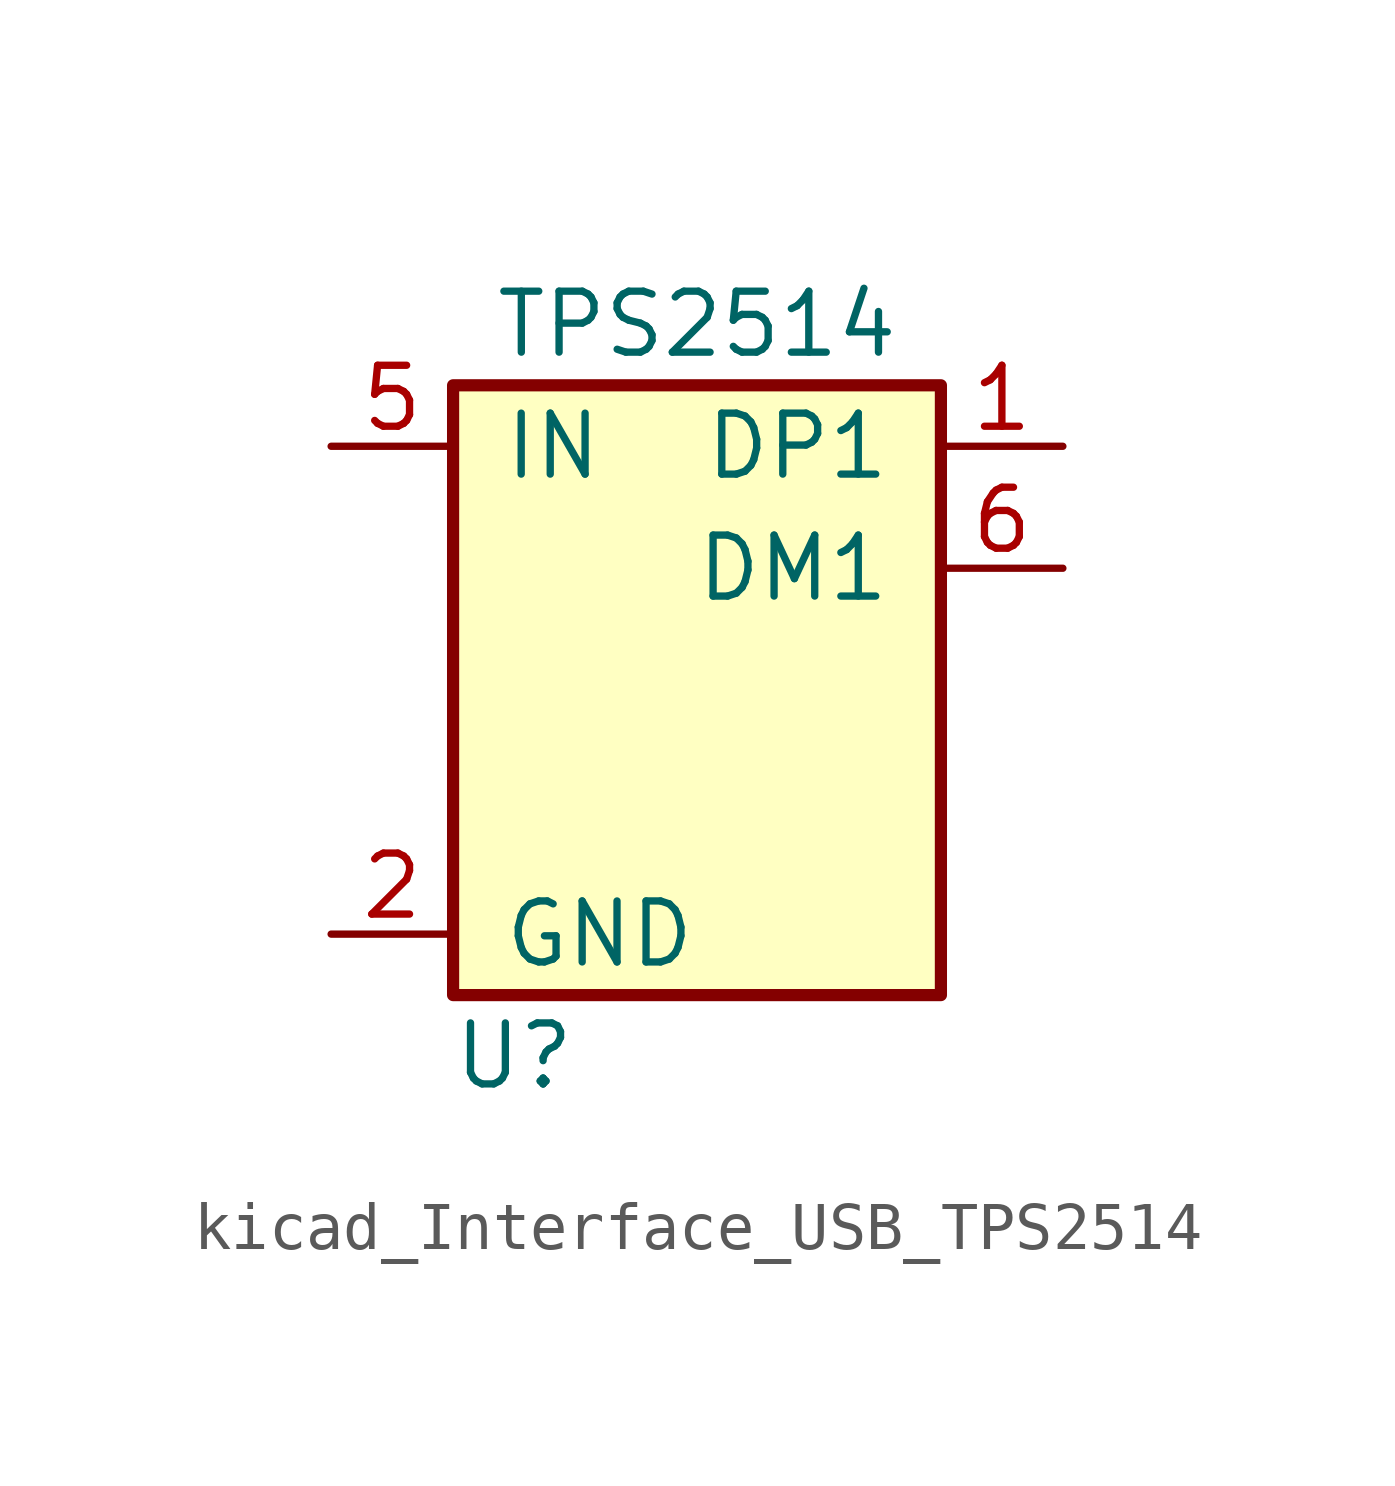
<source format=kicad_sym>
(kicad_symbol_lib
  (version 20220914)
  (generator kicad_symbol_editor)
  (symbol "kicad_Interface_USB_TPS2514"
    (pin_names
      (offset 1.016))
    (property "Reference" "U"
      (at -3.81 -7.62 0)
      (effects (font (size 1.27 1.27))))
    (property "Value" "TPS2514"
      (at 0 7.62 0)
      (effects (font (size 1.27 1.27))))
    (symbol "kicad_Interface_USB_TPS2514_0_1"
      (rectangle (start -5.08 6.35) (end 5.08 -6.35) (stroke (width 0.254) (type default)) (fill (type background))))
    (symbol "kicad_Interface_USB_TPS2514_1_1"
      (pin input line (at 7.62 5.08 180) (length 2.54) (name "DP1" (effects (font (size 1.27 1.27)))) (number "1" (effects (font (size 1.27 1.27)))))
      (pin power_in line (at -7.62 -5.08 0) (length 2.54) (name "GND" (effects (font (size 1.27 1.27)))) (number "2" (effects (font (size 1.27 1.27)))))
      (pin no_connect line (at 5.08 -2.54 180) (length 2.54) hide (name "NC" (effects (font (size 1.27 1.27)))) (number "3" (effects (font (size 1.27 1.27)))))
      (pin no_connect line (at 5.08 -5.08 180) (length 2.54) hide (name "NC" (effects (font (size 1.27 1.27)))) (number "4" (effects (font (size 1.27 1.27)))))
      (pin power_in line (at -7.62 5.08 0) (length 2.54) (name "IN" (effects (font (size 1.27 1.27)))) (number "5" (effects (font (size 1.27 1.27)))))
      (pin input line (at 7.62 2.54 180) (length 2.54) (name "DM1" (effects (font (size 1.27 1.27)))) (number "6" (effects (font (size 1.27 1.27))))))))
</source>
